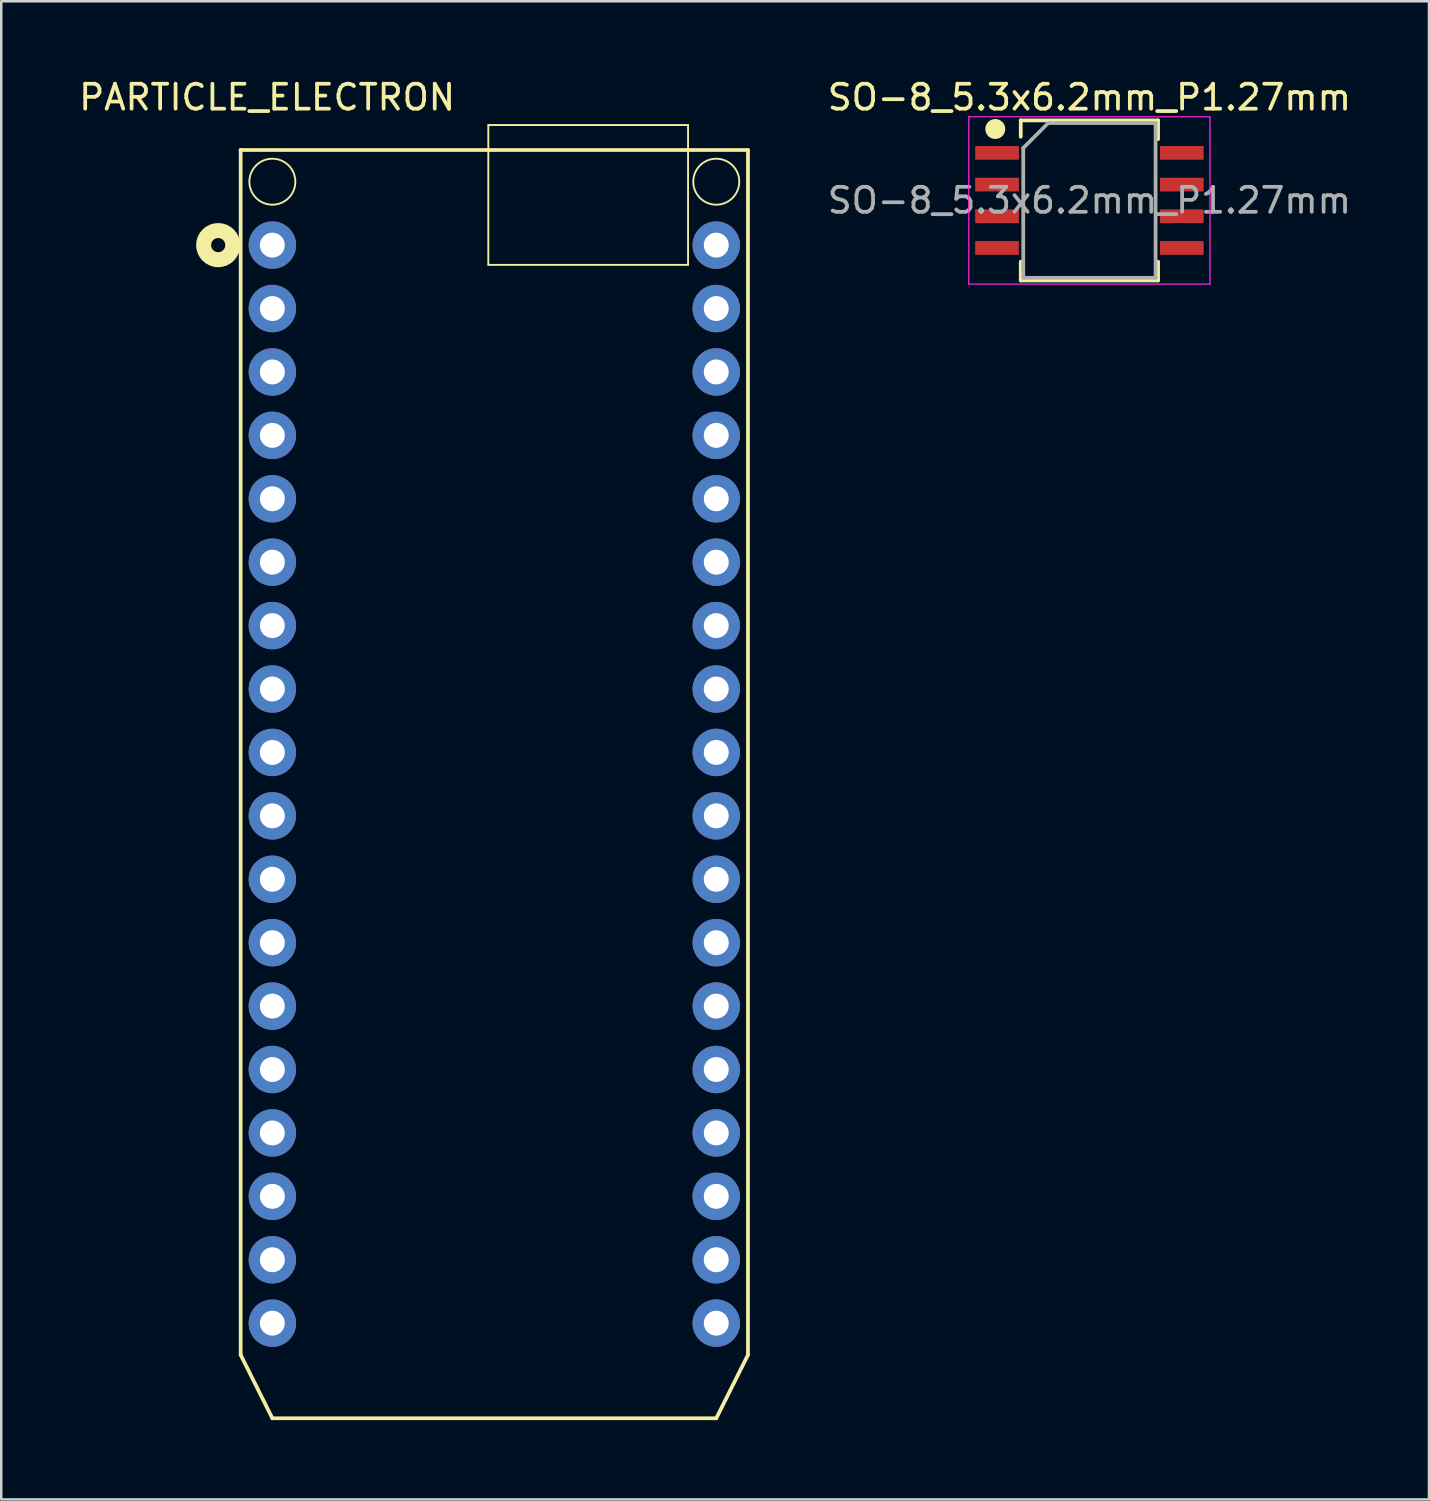
<source format=kicad_pcb>
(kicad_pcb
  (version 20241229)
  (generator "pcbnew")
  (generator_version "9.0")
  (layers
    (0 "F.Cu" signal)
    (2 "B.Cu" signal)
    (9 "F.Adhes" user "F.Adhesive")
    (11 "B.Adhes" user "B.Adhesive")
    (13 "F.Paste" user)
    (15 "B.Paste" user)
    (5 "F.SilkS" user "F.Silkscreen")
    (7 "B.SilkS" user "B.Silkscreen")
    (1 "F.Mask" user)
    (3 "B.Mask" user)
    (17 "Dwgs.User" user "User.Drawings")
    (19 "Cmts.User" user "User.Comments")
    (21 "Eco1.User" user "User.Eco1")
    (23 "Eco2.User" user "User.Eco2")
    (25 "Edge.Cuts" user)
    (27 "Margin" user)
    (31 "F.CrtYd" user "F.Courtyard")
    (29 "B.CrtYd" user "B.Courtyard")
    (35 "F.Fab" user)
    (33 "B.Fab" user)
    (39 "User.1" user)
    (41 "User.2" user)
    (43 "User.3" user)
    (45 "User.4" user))
  (footprint "PARTICLE_ELECTRON"
    (layer "F.Cu")
    (at 16.749 53.758)
    (property "Reference" "PARTICLE_ELECTRON" (at -9.1 -52.91 0) (layer "F.SilkS") (effects (font (size 1 1) (thickness 0.15))))
    (attr through_hole)
    (fp_line (start -10.16 -50.8) (end -10.16 -2.54) (stroke (width 0.15) (type solid)) (layer "F.SilkS"))
    (fp_line (start -10.16 -50.8) (end 10.16 -50.8) (stroke (width 0.15) (type solid)) (layer "F.SilkS"))
    (fp_line (start -10.16 -2.54) (end -8.89 0) (stroke (width 0.15) (type solid)) (layer "F.SilkS"))
    (fp_line (start -8.89 0) (end 8.89 0) (stroke (width 0.15) (type solid)) (layer "F.SilkS"))
    (fp_line (start -0.24 -51.8) (end -0.24 -46.2) (stroke (width 0.075) (type solid)) (layer "F.SilkS"))
    (fp_line (start -0.24 -51.8) (end 7.76 -51.8) (stroke (width 0.075) (type solid)) (layer "F.SilkS"))
    (fp_line (start -0.24 -46.2) (end 7.76 -46.2) (stroke (width 0.075) (type solid)) (layer "F.SilkS"))
    (fp_line (start 7.76 -51.8) (end 7.76 -46.2) (stroke (width 0.075) (type solid)) (layer "F.SilkS"))
    (fp_line (start 10.16 -50.8) (end 10.16 -2.54) (stroke (width 0.15) (type solid)) (layer "F.SilkS"))
    (fp_line (start 10.16 -2.54) (end 8.89 0) (stroke (width 0.15) (type solid)) (layer "F.SilkS"))
    (fp_circle (center -11.06 -46.99) (end -10.776 -46.99) (stroke (width 0.6) (type solid)) (fill no) (layer "F.SilkS"))
    (fp_circle (center -8.89 -49.53) (end -7.969 -49.53) (stroke (width 0.075) (type solid)) (fill no) (layer "F.SilkS"))
    (fp_circle (center 8.89 -49.53) (end 9.811 -49.53) (stroke (width 0.075) (type solid)) (fill no) (layer "F.SilkS"))
    (pad "1" thru_hole circle (at -8.89 -46.99) (size 1.9 1.9) (drill 1) (layers "*.Cu" "*.Mask"))
    (pad "2" thru_hole circle (at -8.89 -44.45) (size 1.9 1.9) (drill 1) (layers "*.Cu" "*.Mask"))
    (pad "3" thru_hole circle (at -8.89 -41.91) (size 1.9 1.9) (drill 1) (layers "*.Cu" "*.Mask"))
    (pad "4" thru_hole circle (at -8.89 -39.37) (size 1.9 1.9) (drill 1) (layers "*.Cu" "*.Mask"))
    (pad "5" thru_hole circle (at -8.89 -36.83) (size 1.9 1.9) (drill 1) (layers "*.Cu" "*.Mask"))
    (pad "6" thru_hole circle (at -8.89 -34.29) (size 1.9 1.9) (drill 1) (layers "*.Cu" "*.Mask"))
    (pad "7" thru_hole circle (at -8.89 -31.75) (size 1.9 1.9) (drill 1) (layers "*.Cu" "*.Mask"))
    (pad "8" thru_hole circle (at -8.89 -29.21) (size 1.9 1.9) (drill 1) (layers "*.Cu" "*.Mask"))
    (pad "9" thru_hole circle (at -8.89 -26.67) (size 1.9 1.9) (drill 1) (layers "*.Cu" "*.Mask"))
    (pad "10" thru_hole circle (at -8.89 -24.13) (size 1.9 1.9) (drill 1) (layers "*.Cu" "*.Mask"))
    (pad "11" thru_hole circle (at -8.89 -21.59) (size 1.9 1.9) (drill 1) (layers "*.Cu" "*.Mask"))
    (pad "12" thru_hole circle (at -8.89 -19.05) (size 1.9 1.9) (drill 1) (layers "*.Cu" "*.Mask"))
    (pad "13" thru_hole circle (at -8.89 -16.51) (size 1.9 1.9) (drill 1) (layers "*.Cu" "*.Mask"))
    (pad "14" thru_hole circle (at -8.89 -13.97) (size 1.9 1.9) (drill 1) (layers "*.Cu" "*.Mask"))
    (pad "15" thru_hole circle (at -8.89 -11.43) (size 1.9 1.9) (drill 1) (layers "*.Cu" "*.Mask"))
    (pad "16" thru_hole circle (at -8.89 -8.89) (size 1.9 1.9) (drill 1) (layers "*.Cu" "*.Mask"))
    (pad "17" thru_hole circle (at -8.89 -6.35) (size 1.9 1.9) (drill 1) (layers "*.Cu" "*.Mask"))
    (pad "18" thru_hole circle (at -8.89 -3.81) (size 1.9 1.9) (drill 1) (layers "*.Cu" "*.Mask"))
    (pad "19" thru_hole circle (at 8.89 -3.81) (size 1.9 1.9) (drill 1) (layers "*.Cu" "*.Mask"))
    (pad "20" thru_hole circle (at 8.89 -6.35) (size 1.9 1.9) (drill 1) (layers "*.Cu" "*.Mask"))
    (pad "21" thru_hole circle (at 8.89 -8.89) (size 1.9 1.9) (drill 1) (layers "*.Cu" "*.Mask"))
    (pad "22" thru_hole circle (at 8.89 -11.43) (size 1.9 1.9) (drill 1) (layers "*.Cu" "*.Mask"))
    (pad "23" thru_hole circle (at 8.89 -13.97) (size 1.9 1.9) (drill 1) (layers "*.Cu" "*.Mask"))
    (pad "24" thru_hole circle (at 8.89 -16.51) (size 1.9 1.9) (drill 1) (layers "*.Cu" "*.Mask"))
    (pad "25" thru_hole circle (at 8.89 -19.05) (size 1.9 1.9) (drill 1) (layers "*.Cu" "*.Mask"))
    (pad "26" thru_hole circle (at 8.89 -21.59) (size 1.9 1.9) (drill 1) (layers "*.Cu" "*.Mask"))
    (pad "27" thru_hole circle (at 8.89 -24.13) (size 1.9 1.9) (drill 1) (layers "*.Cu" "*.Mask"))
    (pad "28" thru_hole circle (at 8.89 -26.67) (size 1.9 1.9) (drill 1) (layers "*.Cu" "*.Mask"))
    (pad "29" thru_hole circle (at 8.89 -29.21) (size 1.9 1.9) (drill 1) (layers "*.Cu" "*.Mask"))
    (pad "30" thru_hole circle (at 8.89 -31.75) (size 1.9 1.9) (drill 1) (layers "*.Cu" "*.Mask"))
    (pad "31" thru_hole circle (at 8.89 -34.29) (size 1.9 1.9) (drill 1) (layers "*.Cu" "*.Mask"))
    (pad "32" thru_hole circle (at 8.89 -36.83) (size 1.9 1.9) (drill 1) (layers "*.Cu" "*.Mask"))
    (pad "33" thru_hole circle (at 8.89 -39.37) (size 1.9 1.9) (drill 1) (layers "*.Cu" "*.Mask"))
    (pad "34" thru_hole circle (at 8.89 -41.91) (size 1.9 1.9) (drill 1) (layers "*.Cu" "*.Mask"))
    (pad "35" thru_hole circle (at 8.89 -44.45) (size 1.9 1.9) (drill 1) (layers "*.Cu" "*.Mask"))
    (pad "36" thru_hole circle (at 8.89 -46.99) (size 1.9 1.9) (drill 1) (layers "*.Cu" "*.Mask")))
  (footprint "SO-8_5.3x6.2mm_P1.27mm"
    (layer "F.Cu")
    (at 40.585 4.978)
    (property "Reference" "SO-8_5.3x6.2mm_P1.27mm" (at 0 -4.13 0) (layer "F.SilkS") (effects (font (size 1 1) (thickness 0.15))))
    (attr smd)
    (fp_line (start -2.75 -3.205) (end -2.75 -2.55) (stroke (width 0.15) (type solid)) (layer "F.SilkS"))
    (fp_line (start -2.75 -3.205) (end 2.75 -3.205) (stroke (width 0.15) (type solid)) (layer "F.SilkS"))
    (fp_line (start -2.75 3.205) (end -2.75 2.455) (stroke (width 0.15) (type solid)) (layer "F.SilkS"))
    (fp_line (start -2.75 3.205) (end 2.75 3.205) (stroke (width 0.15) (type solid)) (layer "F.SilkS"))
    (fp_line (start 2.75 -3.205) (end 2.75 -2.455) (stroke (width 0.15) (type solid)) (layer "F.SilkS"))
    (fp_line (start 2.75 3.205) (end 2.75 2.455) (stroke (width 0.15) (type solid)) (layer "F.SilkS"))
    (fp_circle (center -3.77 -2.86) (end -3.57 -2.86) (stroke (width 0.4) (type solid)) (fill no) (layer "F.SilkS"))
    (fp_line (start -4.83 -3.35) (end -4.83 3.35) (stroke (width 0.05) (type solid)) (layer "F.CrtYd"))
    (fp_line (start -4.83 -3.35) (end 4.83 -3.35) (stroke (width 0.05) (type solid)) (layer "F.CrtYd"))
    (fp_line (start -4.83 3.35) (end 4.83 3.35) (stroke (width 0.05) (type solid)) (layer "F.CrtYd"))
    (fp_line (start 4.83 -3.35) (end 4.83 3.35) (stroke (width 0.05) (type solid)) (layer "F.CrtYd"))
    (fp_line (start -2.65 -2.1) (end -1.65 -3.1) (stroke (width 0.15) (type solid)) (layer "F.Fab"))
    (fp_line (start -2.65 3.1) (end -2.65 -2.1) (stroke (width 0.15) (type solid)) (layer "F.Fab"))
    (fp_line (start -1.65 -3.1) (end 2.65 -3.1) (stroke (width 0.15) (type solid)) (layer "F.Fab"))
    (fp_line (start 2.65 -3.1) (end 2.65 3.1) (stroke (width 0.15) (type solid)) (layer "F.Fab"))
    (fp_line (start 2.65 3.1) (end -2.65 3.1) (stroke (width 0.15) (type solid)) (layer "F.Fab"))
    (fp_text user "${REFERENCE}" (at 0 0 0) (layer "F.Fab") (effects (font (size 1 1) (thickness 0.15))))
    (pad "1" smd rect (at -3.7 -1.905) (size 1.75 0.55) (layers "F.Cu" "F.Mask" "F.Paste"))
    (pad "2" smd rect (at -3.7 -0.635) (size 1.75 0.55) (layers "F.Cu" "F.Mask" "F.Paste"))
    (pad "3" smd rect (at -3.7 0.635) (size 1.75 0.55) (layers "F.Cu" "F.Mask" "F.Paste"))
    (pad "4" smd rect (at -3.7 1.905) (size 1.75 0.55) (layers "F.Cu" "F.Mask" "F.Paste"))
    (pad "5" smd rect (at 3.7 1.905) (size 1.75 0.55) (layers "F.Cu" "F.Mask" "F.Paste"))
    (pad "6" smd rect (at 3.7 0.635) (size 1.75 0.55) (layers "F.Cu" "F.Mask" "F.Paste"))
    (pad "7" smd rect (at 3.7 -0.635) (size 1.75 0.55) (layers "F.Cu" "F.Mask" "F.Paste"))
    (pad "8" smd rect (at 3.7 -1.905) (size 1.75 0.55) (layers "F.Cu" "F.Mask" "F.Paste")))
  (gr_rect
    (start -3 -3)
    (end 54.186 57.008)
    (stroke (width 0.1) (type default))
    (fill no)
    (layer "Edge.Cuts")))
</source>
